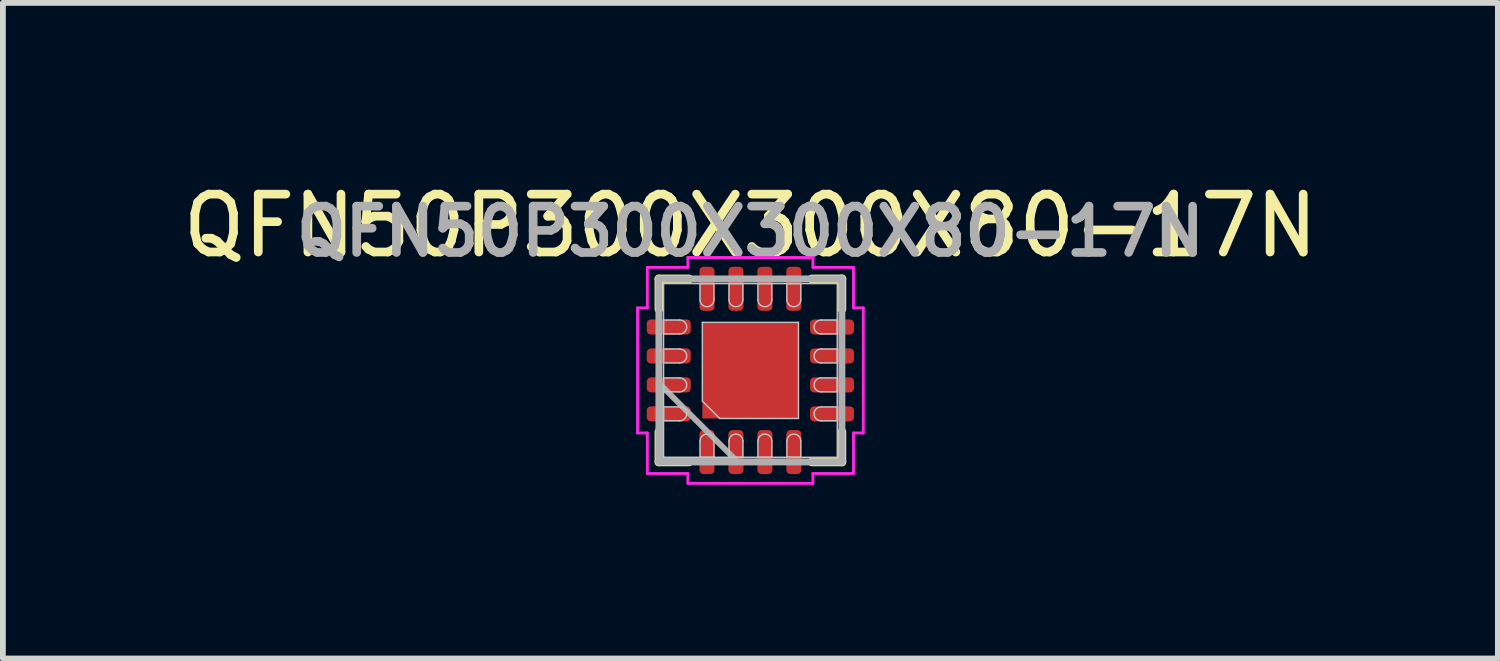
<source format=kicad_pcb>
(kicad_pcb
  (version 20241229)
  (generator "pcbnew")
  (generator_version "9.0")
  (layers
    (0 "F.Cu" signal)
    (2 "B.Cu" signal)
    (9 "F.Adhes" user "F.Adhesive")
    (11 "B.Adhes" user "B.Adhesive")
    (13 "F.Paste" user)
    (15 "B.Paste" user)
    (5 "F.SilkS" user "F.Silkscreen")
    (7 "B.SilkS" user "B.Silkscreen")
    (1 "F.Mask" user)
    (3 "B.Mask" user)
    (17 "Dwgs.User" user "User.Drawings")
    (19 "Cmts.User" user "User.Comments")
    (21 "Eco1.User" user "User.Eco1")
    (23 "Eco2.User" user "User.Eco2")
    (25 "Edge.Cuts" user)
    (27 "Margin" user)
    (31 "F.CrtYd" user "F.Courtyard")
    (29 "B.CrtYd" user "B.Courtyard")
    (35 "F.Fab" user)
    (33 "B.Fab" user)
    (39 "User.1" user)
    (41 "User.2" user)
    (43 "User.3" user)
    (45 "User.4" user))
  (footprint "QFN50P300X300X80-17N"
    (layer "F.Cu")
    (at 9.911 3.348)
    (property "Reference" "QFN50P300X300X80-17N" (at 0 -2.5 0) (layer "F.SilkS") (effects (font (size 1 1) (thickness 0.15))))
    (attr smd)
    (fp_line (start -1.58 -1.58) (end -1.58 -1.06) (stroke (width 0.15) (type solid)) (layer "F.SilkS"))
    (fp_line (start -1.58 1.58) (end -1.58 1.06) (stroke (width 0.15) (type solid)) (layer "F.SilkS"))
    (fp_line (start -1.06 -1.58) (end -1.58 -1.58) (stroke (width 0.15) (type solid)) (layer "F.SilkS"))
    (fp_line (start -1.06 1.58) (end -1.58 1.58) (stroke (width 0.15) (type solid)) (layer "F.SilkS"))
    (fp_line (start 1.06 -1.58) (end 1.58 -1.58) (stroke (width 0.15) (type solid)) (layer "F.SilkS"))
    (fp_line (start 1.06 1.58) (end 1.58 1.58) (stroke (width 0.15) (type solid)) (layer "F.SilkS"))
    (fp_line (start 1.58 -1.58) (end 1.58 -1.06) (stroke (width 0.15) (type solid)) (layer "F.SilkS"))
    (fp_line (start 1.58 1.58) (end 1.58 1.06) (stroke (width 0.15) (type solid)) (layer "F.SilkS"))
    (fp_line (start -1.5 -1.5) (end 1.5 -1.5) (stroke (width 0.025) (type solid)) (layer "Dwgs.User"))
    (fp_line (start -1.5 -0.87) (end -1.5 -0.63) (stroke (width 0.025) (type solid)) (layer "Dwgs.User"))
    (fp_line (start -1.5 -0.63) (end -1.22 -0.63) (stroke (width 0.025) (type solid)) (layer "Dwgs.User"))
    (fp_line (start -1.5 -0.37) (end -1.5 -0.13) (stroke (width 0.025) (type solid)) (layer "Dwgs.User"))
    (fp_line (start -1.5 -0.13) (end -1.22 -0.13) (stroke (width 0.025) (type solid)) (layer "Dwgs.User"))
    (fp_line (start -1.5 0.13) (end -1.5 0.37) (stroke (width 0.025) (type solid)) (layer "Dwgs.User"))
    (fp_line (start -1.5 0.37) (end -1.22 0.37) (stroke (width 0.025) (type solid)) (layer "Dwgs.User"))
    (fp_line (start -1.5 0.63) (end -1.5 0.87) (stroke (width 0.025) (type solid)) (layer "Dwgs.User"))
    (fp_line (start -1.5 0.87) (end -1.22 0.87) (stroke (width 0.025) (type solid)) (layer "Dwgs.User"))
    (fp_line (start -1.5 1.5) (end -1.5 -1.5) (stroke (width 0.025) (type solid)) (layer "Dwgs.User"))
    (fp_line (start -1.22 -0.87) (end -1.5 -0.87) (stroke (width 0.025) (type solid)) (layer "Dwgs.User"))
    (fp_line (start -1.22 -0.37) (end -1.5 -0.37) (stroke (width 0.025) (type solid)) (layer "Dwgs.User"))
    (fp_line (start -1.22 0.13) (end -1.5 0.13) (stroke (width 0.025) (type solid)) (layer "Dwgs.User"))
    (fp_line (start -1.22 0.63) (end -1.5 0.63) (stroke (width 0.025) (type solid)) (layer "Dwgs.User"))
    (fp_line (start -0.87 -1.5) (end -0.87 -1.22) (stroke (width 0.025) (type solid)) (layer "Dwgs.User"))
    (fp_line (start -0.87 1.22) (end -0.87 1.5) (stroke (width 0.025) (type solid)) (layer "Dwgs.User"))
    (fp_line (start -0.87 1.5) (end -0.63 1.5) (stroke (width 0.025) (type solid)) (layer "Dwgs.User"))
    (fp_line (start -0.83 -0.83) (end -0.83 0.53) (stroke (width 0.025) (type solid)) (layer "Dwgs.User"))
    (fp_line (start -0.83 0.53) (end -0.53 0.83) (stroke (width 0.025) (type solid)) (layer "Dwgs.User"))
    (fp_line (start -0.63 -1.5) (end -0.87 -1.5) (stroke (width 0.025) (type solid)) (layer "Dwgs.User"))
    (fp_line (start -0.63 -1.22) (end -0.63 -1.5) (stroke (width 0.025) (type solid)) (layer "Dwgs.User"))
    (fp_line (start -0.63 1.5) (end -0.63 1.22) (stroke (width 0.025) (type solid)) (layer "Dwgs.User"))
    (fp_line (start -0.53 0.83) (end 0.83 0.83) (stroke (width 0.025) (type solid)) (layer "Dwgs.User"))
    (fp_line (start -0.37 -1.5) (end -0.37 -1.22) (stroke (width 0.025) (type solid)) (layer "Dwgs.User"))
    (fp_line (start -0.37 1.22) (end -0.37 1.5) (stroke (width 0.025) (type solid)) (layer "Dwgs.User"))
    (fp_line (start -0.37 1.5) (end -0.13 1.5) (stroke (width 0.025) (type solid)) (layer "Dwgs.User"))
    (fp_line (start -0.13 -1.5) (end -0.37 -1.5) (stroke (width 0.025) (type solid)) (layer "Dwgs.User"))
    (fp_line (start -0.13 -1.22) (end -0.13 -1.5) (stroke (width 0.025) (type solid)) (layer "Dwgs.User"))
    (fp_line (start -0.13 1.5) (end -0.13 1.22) (stroke (width 0.025) (type solid)) (layer "Dwgs.User"))
    (fp_line (start 0.13 -1.5) (end 0.13 -1.22) (stroke (width 0.025) (type solid)) (layer "Dwgs.User"))
    (fp_line (start 0.13 1.22) (end 0.13 1.5) (stroke (width 0.025) (type solid)) (layer "Dwgs.User"))
    (fp_line (start 0.13 1.5) (end 0.37 1.5) (stroke (width 0.025) (type solid)) (layer "Dwgs.User"))
    (fp_line (start 0.37 -1.5) (end 0.13 -1.5) (stroke (width 0.025) (type solid)) (layer "Dwgs.User"))
    (fp_line (start 0.37 -1.22) (end 0.37 -1.5) (stroke (width 0.025) (type solid)) (layer "Dwgs.User"))
    (fp_line (start 0.37 1.5) (end 0.37 1.22) (stroke (width 0.025) (type solid)) (layer "Dwgs.User"))
    (fp_line (start 0.63 -1.5) (end 0.63 -1.22) (stroke (width 0.025) (type solid)) (layer "Dwgs.User"))
    (fp_line (start 0.63 1.22) (end 0.63 1.5) (stroke (width 0.025) (type solid)) (layer "Dwgs.User"))
    (fp_line (start 0.63 1.5) (end 0.87 1.5) (stroke (width 0.025) (type solid)) (layer "Dwgs.User"))
    (fp_line (start 0.83 -0.83) (end -0.83 -0.83) (stroke (width 0.025) (type solid)) (layer "Dwgs.User"))
    (fp_line (start 0.83 0.83) (end 0.83 -0.83) (stroke (width 0.025) (type solid)) (layer "Dwgs.User"))
    (fp_line (start 0.87 -1.5) (end 0.63 -1.5) (stroke (width 0.025) (type solid)) (layer "Dwgs.User"))
    (fp_line (start 0.87 -1.22) (end 0.87 -1.5) (stroke (width 0.025) (type solid)) (layer "Dwgs.User"))
    (fp_line (start 0.87 1.5) (end 0.87 1.22) (stroke (width 0.025) (type solid)) (layer "Dwgs.User"))
    (fp_line (start 1.22 -0.63) (end 1.5 -0.63) (stroke (width 0.025) (type solid)) (layer "Dwgs.User"))
    (fp_line (start 1.22 -0.13) (end 1.5 -0.13) (stroke (width 0.025) (type solid)) (layer "Dwgs.User"))
    (fp_line (start 1.22 0.37) (end 1.5 0.37) (stroke (width 0.025) (type solid)) (layer "Dwgs.User"))
    (fp_line (start 1.22 0.87) (end 1.5 0.87) (stroke (width 0.025) (type solid)) (layer "Dwgs.User"))
    (fp_line (start 1.5 -1.5) (end 1.5 1.5) (stroke (width 0.025) (type solid)) (layer "Dwgs.User"))
    (fp_line (start 1.5 -0.87) (end 1.22 -0.87) (stroke (width 0.025) (type solid)) (layer "Dwgs.User"))
    (fp_line (start 1.5 -0.63) (end 1.5 -0.87) (stroke (width 0.025) (type solid)) (layer "Dwgs.User"))
    (fp_line (start 1.5 -0.37) (end 1.22 -0.37) (stroke (width 0.025) (type solid)) (layer "Dwgs.User"))
    (fp_line (start 1.5 -0.13) (end 1.5 -0.37) (stroke (width 0.025) (type solid)) (layer "Dwgs.User"))
    (fp_line (start 1.5 0.13) (end 1.22 0.13) (stroke (width 0.025) (type solid)) (layer "Dwgs.User"))
    (fp_line (start 1.5 0.37) (end 1.5 0.13) (stroke (width 0.025) (type solid)) (layer "Dwgs.User"))
    (fp_line (start 1.5 0.63) (end 1.22 0.63) (stroke (width 0.025) (type solid)) (layer "Dwgs.User"))
    (fp_line (start 1.5 0.87) (end 1.5 0.63) (stroke (width 0.025) (type solid)) (layer "Dwgs.User"))
    (fp_line (start 1.5 1.5) (end -1.5 1.5) (stroke (width 0.025) (type solid)) (layer "Dwgs.User"))
    (fp_arc (start -1.22 -0.87) (mid -1.1 -0.75) (end -1.22 -0.63) (stroke (width 0.025) (type solid)) (layer "Dwgs.User"))
    (fp_arc (start -1.22 -0.37) (mid -1.1 -0.25) (end -1.22 -0.13) (stroke (width 0.025) (type solid)) (layer "Dwgs.User"))
    (fp_arc (start -1.22 0.13) (mid -1.1 0.25) (end -1.22 0.37) (stroke (width 0.025) (type solid)) (layer "Dwgs.User"))
    (fp_arc (start -1.22 0.63) (mid -1.1 0.75) (end -1.22 0.87) (stroke (width 0.025) (type solid)) (layer "Dwgs.User"))
    (fp_arc (start -0.87 1.22) (mid -0.75 1.1) (end -0.63 1.22) (stroke (width 0.025) (type solid)) (layer "Dwgs.User"))
    (fp_arc (start -0.63 -1.22) (mid -0.75 -1.1) (end -0.87 -1.22) (stroke (width 0.025) (type solid)) (layer "Dwgs.User"))
    (fp_arc (start -0.37 1.22) (mid -0.25 1.1) (end -0.13 1.22) (stroke (width 0.025) (type solid)) (layer "Dwgs.User"))
    (fp_arc (start -0.13 -1.22) (mid -0.25 -1.1) (end -0.37 -1.22) (stroke (width 0.025) (type solid)) (layer "Dwgs.User"))
    (fp_arc (start 0.13 1.22) (mid 0.25 1.1) (end 0.37 1.22) (stroke (width 0.025) (type solid)) (layer "Dwgs.User"))
    (fp_arc (start 0.37 -1.22) (mid 0.25 -1.1) (end 0.13 -1.22) (stroke (width 0.025) (type solid)) (layer "Dwgs.User"))
    (fp_arc (start 0.63 1.22) (mid 0.75 1.1) (end 0.87 1.22) (stroke (width 0.025) (type solid)) (layer "Dwgs.User"))
    (fp_arc (start 0.87 -1.22) (mid 0.75 -1.1) (end 0.63 -1.22) (stroke (width 0.025) (type solid)) (layer "Dwgs.User"))
    (fp_arc (start 1.22 -0.63) (mid 1.1 -0.75) (end 1.22 -0.87) (stroke (width 0.025) (type solid)) (layer "Dwgs.User"))
    (fp_arc (start 1.22 -0.13) (mid 1.1 -0.25) (end 1.22 -0.37) (stroke (width 0.025) (type solid)) (layer "Dwgs.User"))
    (fp_arc (start 1.22 0.37) (mid 1.1 0.25) (end 1.22 0.13) (stroke (width 0.025) (type solid)) (layer "Dwgs.User"))
    (fp_arc (start 1.22 0.87) (mid 1.1 0.75) (end 1.22 0.63) (stroke (width 0.025) (type solid)) (layer "Dwgs.User"))
    (fp_line (start -1.95 -1.08) (end -1.95 1.08) (stroke (width 0.05) (type solid)) (layer "F.CrtYd"))
    (fp_line (start -1.95 1.08) (end -1.78 1.08) (stroke (width 0.05) (type solid)) (layer "F.CrtYd"))
    (fp_line (start -1.78 -1.78) (end -1.78 -1.08) (stroke (width 0.05) (type solid)) (layer "F.CrtYd"))
    (fp_line (start -1.78 -1.08) (end -1.95 -1.08) (stroke (width 0.05) (type solid)) (layer "F.CrtYd"))
    (fp_line (start -1.78 1.08) (end -1.78 1.78) (stroke (width 0.05) (type solid)) (layer "F.CrtYd"))
    (fp_line (start -1.78 1.78) (end -1.08 1.78) (stroke (width 0.05) (type solid)) (layer "F.CrtYd"))
    (fp_line (start -1.08 -1.95) (end -1.08 -1.78) (stroke (width 0.05) (type solid)) (layer "F.CrtYd"))
    (fp_line (start -1.08 -1.78) (end -1.78 -1.78) (stroke (width 0.05) (type solid)) (layer "F.CrtYd"))
    (fp_line (start -1.08 1.78) (end -1.08 1.95) (stroke (width 0.05) (type solid)) (layer "F.CrtYd"))
    (fp_line (start -1.08 1.95) (end 1.08 1.95) (stroke (width 0.05) (type solid)) (layer "F.CrtYd"))
    (fp_line (start 1.08 -1.95) (end -1.08 -1.95) (stroke (width 0.05) (type solid)) (layer "F.CrtYd"))
    (fp_line (start 1.08 -1.78) (end 1.08 -1.95) (stroke (width 0.05) (type solid)) (layer "F.CrtYd"))
    (fp_line (start 1.08 1.78) (end 1.78 1.78) (stroke (width 0.05) (type solid)) (layer "F.CrtYd"))
    (fp_line (start 1.08 1.95) (end 1.08 1.78) (stroke (width 0.05) (type solid)) (layer "F.CrtYd"))
    (fp_line (start 1.78 -1.78) (end 1.08 -1.78) (stroke (width 0.05) (type solid)) (layer "F.CrtYd"))
    (fp_line (start 1.78 -1.08) (end 1.78 -1.78) (stroke (width 0.05) (type solid)) (layer "F.CrtYd"))
    (fp_line (start 1.78 1.08) (end 1.95 1.08) (stroke (width 0.05) (type solid)) (layer "F.CrtYd"))
    (fp_line (start 1.78 1.78) (end 1.78 1.08) (stroke (width 0.05) (type solid)) (layer "F.CrtYd"))
    (fp_line (start 1.95 -1.08) (end 1.78 -1.08) (stroke (width 0.05) (type solid)) (layer "F.CrtYd"))
    (fp_line (start 1.95 1.08) (end 1.95 -1.08) (stroke (width 0.05) (type solid)) (layer "F.CrtYd"))
    (fp_line (start -1.58 -1.58) (end 1.58 -1.58) (stroke (width 0.12) (type solid)) (layer "F.Fab"))
    (fp_line (start -1.58 1.58) (end -1.58 -1.58) (stroke (width 0.12) (type solid)) (layer "F.Fab"))
    (fp_line (start 1.58 -1.58) (end 1.58 1.58) (stroke (width 0.12) (type solid)) (layer "F.Fab"))
    (fp_line (start 1.58 1.58) (end -1.58 1.58) (stroke (width 0.12) (type solid)) (layer "F.Fab"))
    (fp_poly (pts (xy -0.25 1.55) (xy -1.55 1.55) (xy -1.55 0.25)) (stroke (width 0.1) (type solid)) (fill no) (layer "F.Fab"))
    (fp_text user "${REFERENCE}" (at 0 -2.4 0) (layer "F.Fab") (effects (font (size 0.8 0.8) (thickness 0.15))))
    (pad "" smd roundrect (at -0.415 -0.415 90) (size 0.59 0.59) (layers "F.Paste") (roundrect_rratio 0.25))
    (pad "" smd roundrect (at -0.4 0.4 90) (size 0.56 0.56) (layers "F.Paste") (roundrect_rratio 0.25))
    (pad "" smd roundrect (at 0.415 -0.415 90) (size 0.59 0.59) (layers "F.Paste") (roundrect_rratio 0.25))
    (pad "" smd roundrect (at 0.415 0.415 90) (size 0.59 0.59) (layers "F.Paste") (roundrect_rratio 0.25))
    (pad "1" smd roundrect (at -0.75 1.41 90) (size 0.76 0.26) (layers "F.Cu" "F.Mask" "F.Paste") (roundrect_rratio 0.269))
    (pad "2" smd roundrect (at -0.25 1.41 90) (size 0.76 0.26) (layers "F.Cu" "F.Mask" "F.Paste") (roundrect_rratio 0.269))
    (pad "3" smd roundrect (at 0.25 1.41 90) (size 0.76 0.26) (layers "F.Cu" "F.Mask" "F.Paste") (roundrect_rratio 0.269))
    (pad "4" smd roundrect (at 0.75 1.41 90) (size 0.76 0.26) (layers "F.Cu" "F.Mask" "F.Paste") (roundrect_rratio 0.269))
    (pad "5" smd roundrect (at 1.41 0.75) (size 0.76 0.26) (layers "F.Cu" "F.Mask" "F.Paste") (roundrect_rratio 0.269))
    (pad "6" smd roundrect (at 1.41 0.25) (size 0.76 0.26) (layers "F.Cu" "F.Mask" "F.Paste") (roundrect_rratio 0.269))
    (pad "7" smd roundrect (at 1.41 -0.25) (size 0.76 0.26) (layers "F.Cu" "F.Mask" "F.Paste") (roundrect_rratio 0.269))
    (pad "8" smd roundrect (at 1.41 -0.75) (size 0.76 0.26) (layers "F.Cu" "F.Mask" "F.Paste") (roundrect_rratio 0.269))
    (pad "9" smd roundrect (at 0.75 -1.41 90) (size 0.76 0.26) (layers "F.Cu" "F.Mask" "F.Paste") (roundrect_rratio 0.269))
    (pad "10" smd roundrect (at 0.25 -1.41 90) (size 0.76 0.26) (layers "F.Cu" "F.Mask" "F.Paste") (roundrect_rratio 0.269))
    (pad "11" smd roundrect (at -0.25 -1.41 90) (size 0.76 0.26) (layers "F.Cu" "F.Mask" "F.Paste") (roundrect_rratio 0.269))
    (pad "12" smd roundrect (at -0.75 -1.41 90) (size 0.76 0.26) (layers "F.Cu" "F.Mask" "F.Paste") (roundrect_rratio 0.269))
    (pad "13" smd roundrect (at -1.41 -0.75) (size 0.76 0.26) (layers "F.Cu" "F.Mask" "F.Paste") (roundrect_rratio 0.269))
    (pad "14" smd roundrect (at -1.41 -0.25) (size 0.76 0.26) (layers "F.Cu" "F.Mask" "F.Paste") (roundrect_rratio 0.269))
    (pad "15" smd roundrect (at -1.41 0.25) (size 0.76 0.26) (layers "F.Cu" "F.Mask" "F.Paste") (roundrect_rratio 0.269))
    (pad "16" smd roundrect (at -1.41 0.75) (size 0.76 0.26) (layers "F.Cu" "F.Mask" "F.Paste") (roundrect_rratio 0.269))
    (pad "17" smd rect (at 0 0) (size 1.66 1.66) (layers "F.Cu" "F.Mask")))
  (gr_rect
    (start -3 -3)
    (end 22.821 8.323)
    (stroke (width 0.1) (type default))
    (fill no)
    (layer "Edge.Cuts")))
</source>
